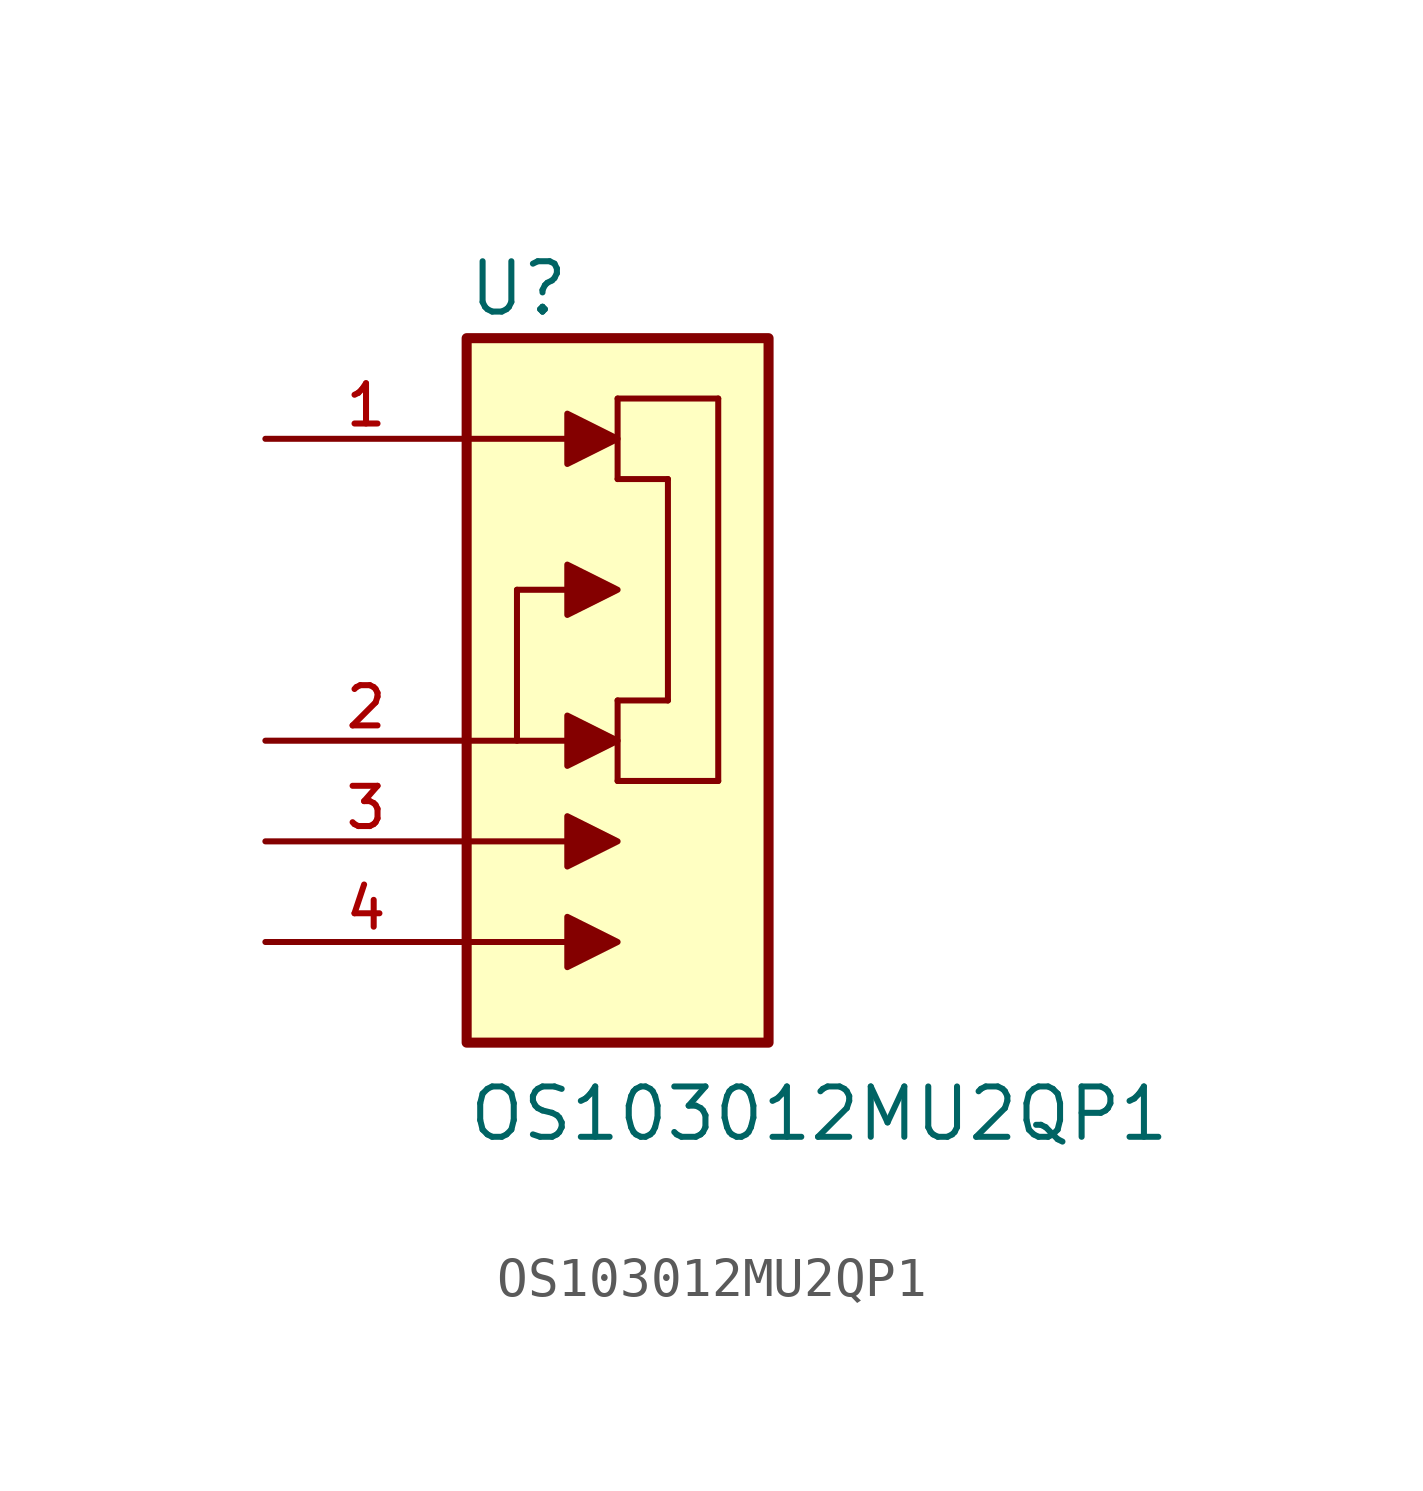
<source format=kicad_sym>
(kicad_symbol_lib
  (version 20211014)
  (generator kicad_symbol_editor)
  (symbol "OS103012MU2QP1"
    (pin_names
      (offset 1.016))
    (property "Reference" "U"
      (at -2.54 8.128 0)
      (effects (font (size 1.27 1.27)) (justify bottom left)))
    (property "Value" "OS103012MU2QP1"
      (at -2.54 -12.7 0)
      (effects (font (size 1.27 1.27)) (justify bottom left)))
    (symbol "OS103012MU2QP1_0_0"
      (polyline (pts (xy -2.54 5.08) (xy 0.0 5.08)) (stroke (width 0.152)))
      (polyline (pts (xy -2.54 -2.54) (xy 0.0 -2.54)) (stroke (width 0.152)))
      (polyline (pts (xy -2.54 -5.08) (xy 0.0 -5.08)) (stroke (width 0.152)))
      (polyline (pts (xy -2.54 -7.62) (xy 0.0 -7.62)) (stroke (width 0.152)))
      (polyline (pts (xy 1.27 6.096) (xy 1.27 4.064)) (stroke (width 0.152)))
      (polyline (pts (xy 1.27 4.064) (xy 2.54 4.064)) (stroke (width 0.152)))
      (polyline (pts (xy 2.54 4.064) (xy 2.54 -1.524)) (stroke (width 0.152)))
      (polyline (pts (xy 2.54 -1.524) (xy 1.27 -1.524)) (stroke (width 0.152)))
      (polyline (pts (xy 1.27 -1.524) (xy 1.27 -3.556)) (stroke (width 0.152)))
      (polyline (pts (xy 1.27 -3.556) (xy 3.81 -3.556)) (stroke (width 0.152)))
      (polyline (pts (xy 3.81 -3.556) (xy 3.81 6.096)) (stroke (width 0.152)))
      (polyline (pts (xy 3.81 6.096) (xy 1.27 6.096)) (stroke (width 0.152)))
      (polyline (pts (xy -1.27 1.27) (xy 0.0 1.27)) (stroke (width 0.152)))
      (polyline (pts (xy -1.27 -2.54) (xy -1.27 1.27)) (stroke (width 0.152)))
      (polyline (pts (xy 0.0 5.715) (xy 0.0 4.445) (xy 1.27 5.08) (xy 0.0 5.715)) (stroke (width 0.152)) (fill (type outline)))
      (polyline (pts (xy 0.0 1.905) (xy 0.0 0.635) (xy 1.27 1.27) (xy 0.0 1.905)) (stroke (width 0.152)) (fill (type outline)))
      (polyline (pts (xy 0.0 -1.905) (xy 0.0 -3.175) (xy 1.27 -2.54) (xy 0.0 -1.905)) (stroke (width 0.152)) (fill (type outline)))
      (polyline (pts (xy 0.0 -4.445) (xy 0.0 -5.715) (xy 1.27 -5.08) (xy 0.0 -4.445)) (stroke (width 0.152)) (fill (type outline)))
      (polyline (pts (xy 0.0 -6.985) (xy 0.0 -8.255) (xy 1.27 -7.62) (xy 0.0 -6.985)) (stroke (width 0.152)) (fill (type outline)))
      (rectangle (start -2.54 -10.16) (end 5.08 7.62) (stroke (width 0.254)) (fill (type background)))
      (pin passive line (at -7.62 -2.54 0) (length 5.08) (name "~" (effects (font (size 1.016 1.016)))) (number "2" (effects (font (size 1.016 1.016)))))
      (pin passive line (at -7.62 -7.62 0) (length 5.08) (name "~" (effects (font (size 1.016 1.016)))) (number "4" (effects (font (size 1.016 1.016)))))
      (pin passive line (at -7.62 -5.08 0) (length 5.08) (name "~" (effects (font (size 1.016 1.016)))) (number "3" (effects (font (size 1.016 1.016)))))
      (pin passive line (at -7.62 5.08 0) (length 5.08) (name "~" (effects (font (size 1.016 1.016)))) (number "1" (effects (font (size 1.016 1.016))))))))
</source>
